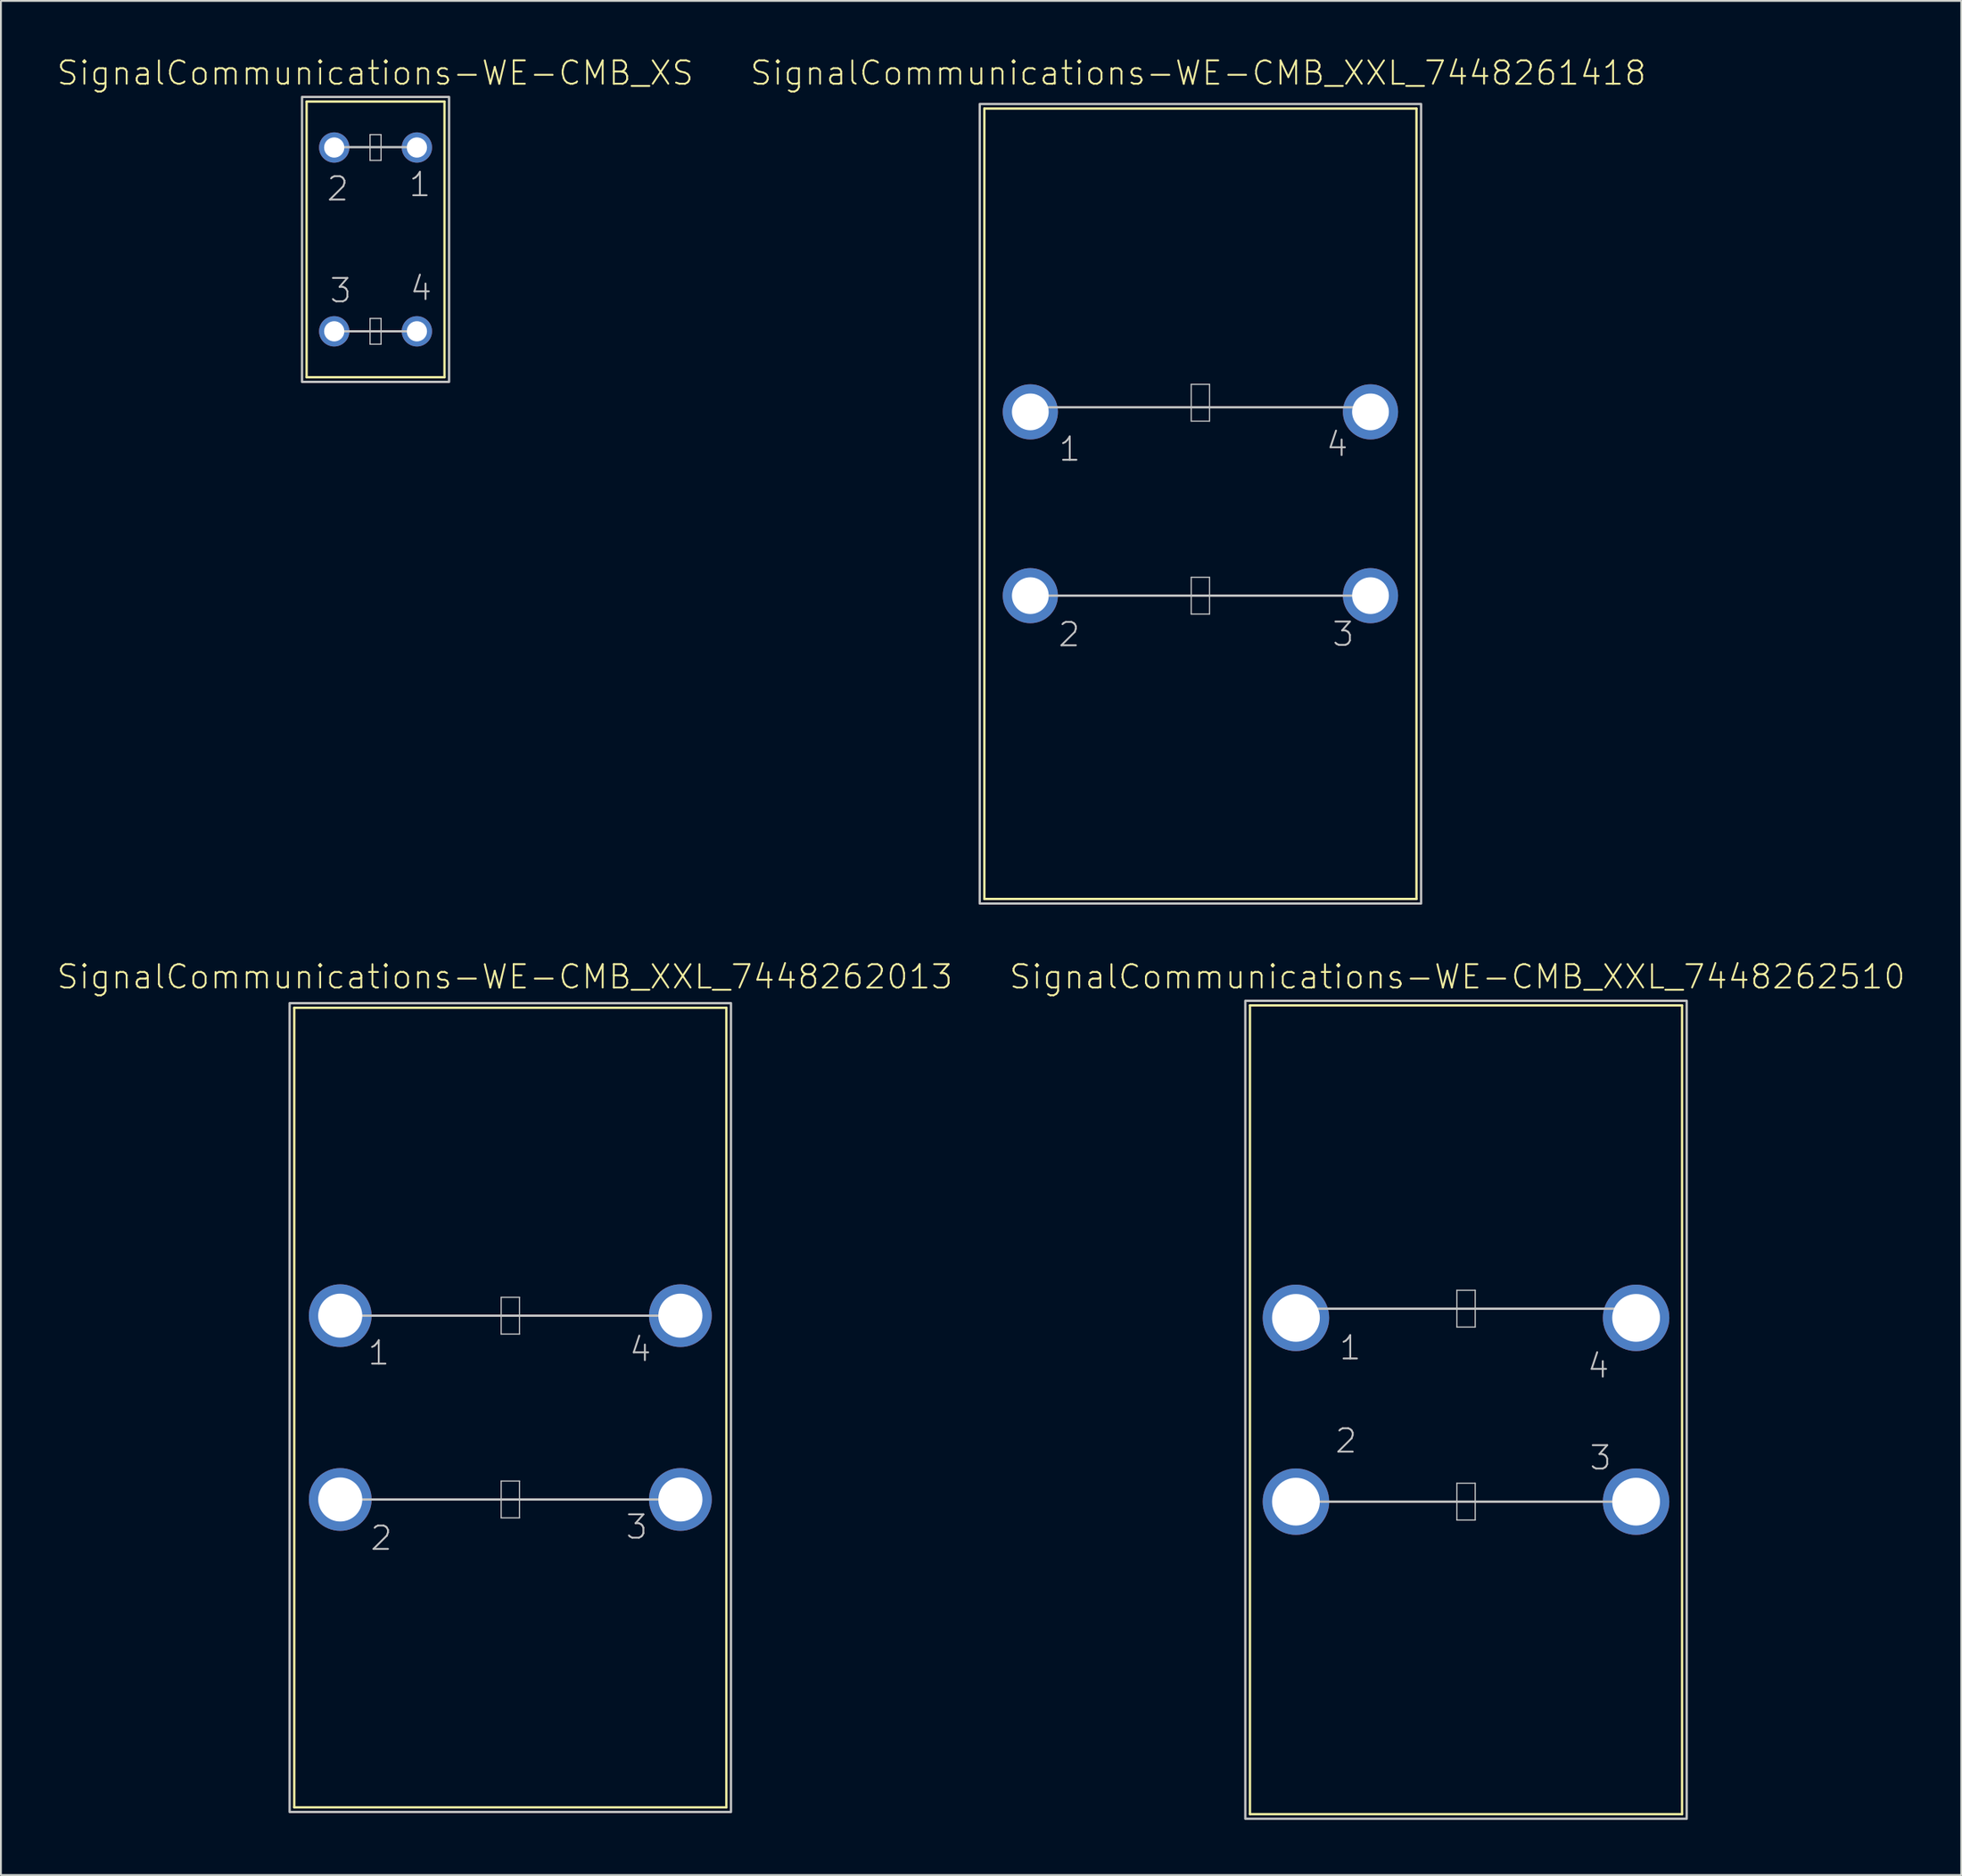
<source format=kicad_pcb>
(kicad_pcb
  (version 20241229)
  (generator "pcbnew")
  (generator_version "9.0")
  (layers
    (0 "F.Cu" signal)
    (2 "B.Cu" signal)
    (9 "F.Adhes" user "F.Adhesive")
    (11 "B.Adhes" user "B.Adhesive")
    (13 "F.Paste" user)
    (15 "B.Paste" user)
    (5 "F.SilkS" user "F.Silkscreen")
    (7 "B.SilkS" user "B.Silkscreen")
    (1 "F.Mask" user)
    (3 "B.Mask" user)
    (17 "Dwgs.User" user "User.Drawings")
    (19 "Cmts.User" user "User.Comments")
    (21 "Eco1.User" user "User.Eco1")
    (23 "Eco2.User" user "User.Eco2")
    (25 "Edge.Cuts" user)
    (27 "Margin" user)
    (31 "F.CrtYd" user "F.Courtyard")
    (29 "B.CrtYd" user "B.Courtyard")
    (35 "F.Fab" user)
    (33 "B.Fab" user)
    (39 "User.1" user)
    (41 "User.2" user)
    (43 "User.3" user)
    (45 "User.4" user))
  (footprint "SignalCommunications-WE-CMB_XS"
    (layer "F.Cu")
    (at 17.37 9.974)
    (property "Reference" "SignalCommunications-WE-CMB_XS" (at -0.018 -9.053 0) (layer "F.SilkS") (effects (font (size 1.27 1.27) (thickness 0.102))))
    (attr exclude_from_pos_files exclude_from_bom)
    (fp_line (start -3.749 -7.498) (end 3.749 -7.498) (stroke (width 0.127) (type solid)) (layer "F.SilkS"))
    (fp_line (start -3.749 7.498) (end -3.749 -7.498) (stroke (width 0.127) (type solid)) (layer "F.SilkS"))
    (fp_line (start 3.749 -7.498) (end 3.749 7.498) (stroke (width 0.127) (type solid)) (layer "F.SilkS"))
    (fp_line (start 3.749 7.498) (end -3.749 7.498) (stroke (width 0.127) (type solid)) (layer "F.SilkS"))
    (fp_line (start -2.248 4.999) (end 2.248 4.999) (stroke (width 0.127) (type solid)) (layer "Dwgs.User"))
    (fp_line (start -2.238 -5.019) (end 2.258 -5.019) (stroke (width 0.127) (type solid)) (layer "Dwgs.User"))
    (fp_line (start -0.3 -5.7) (end 0.3 -5.7) (stroke (width 0.066) (type solid)) (layer "Dwgs.User"))
    (fp_line (start -0.3 -4.298) (end -0.3 -5.7) (stroke (width 0.066) (type solid)) (layer "Dwgs.User"))
    (fp_line (start -0.3 -4.298) (end 0.3 -4.298) (stroke (width 0.066) (type solid)) (layer "Dwgs.User"))
    (fp_line (start -0.3 4.298) (end 0.3 4.298) (stroke (width 0.066) (type solid)) (layer "Dwgs.User"))
    (fp_line (start -0.3 5.7) (end -0.3 4.298) (stroke (width 0.066) (type solid)) (layer "Dwgs.User"))
    (fp_line (start -0.3 5.7) (end 0.3 5.7) (stroke (width 0.066) (type solid)) (layer "Dwgs.User"))
    (fp_line (start 0.3 -4.298) (end 0.3 -5.7) (stroke (width 0.066) (type solid)) (layer "Dwgs.User"))
    (fp_line (start 0.3 5.7) (end 0.3 4.298) (stroke (width 0.066) (type solid)) (layer "Dwgs.User"))
    (fp_line (start 2.258 -5.019) (end 2.258 -5.029) (stroke (width 0.127) (type solid)) (layer "Dwgs.User"))
    (fp_poly (pts (xy -3.998 7.75) (xy -3.998 -7.75) (xy 3.998 -7.75) (xy 3.998 7.75) (xy -3.998 7.75)) (stroke (width 0.127) (type solid)) (fill no) (layer "Dwgs.User"))
    (fp_text user "2" (at -2.055 -2.753 0) (layer "Dwgs.User") (effects (font (size 1.27 1.27) (thickness 0.102))))
    (fp_text user "1" (at 2.413 -2.985 0) (layer "Dwgs.User") (effects (font (size 1.27 1.27) (thickness 0.102))))
    (fp_text user "4" (at 2.474 2.664 0) (layer "Dwgs.User") (effects (font (size 1.27 1.27) (thickness 0.102))))
    (fp_text user "3" (at -1.895 2.784 0) (layer "Dwgs.User") (effects (font (size 1.27 1.27) (thickness 0.102))))
    (pad "1" thru_hole circle (at 2.248 -4.999) (size 1.648 1.648) (drill 1.1) (layers "*.Cu" "*.Paste" "*.Mask"))
    (pad "2" thru_hole circle (at -2.248 -4.999) (size 1.648 1.648) (drill 1.1) (layers "*.Cu" "*.Paste" "*.Mask"))
    (pad "3" thru_hole circle (at -2.248 4.999) (size 1.648 1.648) (drill 1.1) (layers "*.Cu" "*.Paste" "*.Mask"))
    (pad "4" thru_hole circle (at 2.248 4.999) (size 1.648 1.648) (drill 1.1) (layers "*.Cu" "*.Paste" "*.Mask")))
  (footprint "SignalCommunications-WE-CMB_XXL_7448262510"
    (layer "F.Cu")
    (at 76.662 73.641)
    (property "Reference" "SignalCommunications-WE-CMB_XXL_7448262510" (at -0.47 -23.553 0) (layer "F.SilkS") (effects (font (size 1.27 1.27) (thickness 0.102))))
    (attr exclude_from_pos_files exclude_from_bom)
    (fp_line (start -11.748 -21.999) (end 11.748 -21.999) (stroke (width 0.127) (type solid)) (layer "F.SilkS"))
    (fp_line (start -11.748 21.999) (end -11.748 -21.999) (stroke (width 0.127) (type solid)) (layer "F.SilkS"))
    (fp_line (start -11.748 21.999) (end 11.748 21.999) (stroke (width 0.127) (type solid)) (layer "F.SilkS"))
    (fp_line (start 11.748 21.999) (end 11.748 -21.999) (stroke (width 0.127) (type solid)) (layer "F.SilkS"))
    (fp_line (start -8.999 -5.499) (end 8.999 -5.499) (stroke (width 0.127) (type solid)) (layer "Dwgs.User"))
    (fp_line (start -8.999 4.999) (end 8.999 4.999) (stroke (width 0.127) (type solid)) (layer "Dwgs.User"))
    (fp_line (start -0.498 -6.5) (end 0.498 -6.5) (stroke (width 0.066) (type solid)) (layer "Dwgs.User"))
    (fp_line (start -0.498 -4.498) (end -0.498 -6.5) (stroke (width 0.066) (type solid)) (layer "Dwgs.User"))
    (fp_line (start -0.498 -4.498) (end 0.498 -4.498) (stroke (width 0.066) (type solid)) (layer "Dwgs.User"))
    (fp_line (start -0.498 3.998) (end 0.498 3.998) (stroke (width 0.066) (type solid)) (layer "Dwgs.User"))
    (fp_line (start -0.498 5.999) (end -0.498 3.998) (stroke (width 0.066) (type solid)) (layer "Dwgs.User"))
    (fp_line (start -0.498 5.999) (end 0.498 5.999) (stroke (width 0.066) (type solid)) (layer "Dwgs.User"))
    (fp_line (start 0.498 -4.498) (end 0.498 -6.5) (stroke (width 0.066) (type solid)) (layer "Dwgs.User"))
    (fp_line (start 0.498 5.999) (end 0.498 3.998) (stroke (width 0.066) (type solid)) (layer "Dwgs.User"))
    (fp_poly (pts (xy -11.999 22.248) (xy -11.999 -22.248) (xy 11.999 -22.248) (xy 11.999 22.248) (xy -11.999 22.248)) (stroke (width 0.127) (type solid)) (fill no) (layer "Dwgs.User"))
    (fp_text user "4" (at 7.193 -2.383 0) (layer "Dwgs.User") (effects (font (size 1.27 1.27) (thickness 0.102))))
    (fp_text user "1" (at -6.294 -3.373 0) (layer "Dwgs.User") (effects (font (size 1.27 1.27) (thickness 0.102))))
    (fp_text user "3" (at 7.313 2.614 0) (layer "Dwgs.User") (effects (font (size 1.27 1.27) (thickness 0.102))))
    (fp_text user "2" (at -6.523 1.694 0) (layer "Dwgs.User") (effects (font (size 1.27 1.27) (thickness 0.102))))
    (pad "1" thru_hole circle (at -9.248 -4.999) (size 3.614 3.614) (drill 2.598) (layers "*.Cu" "*.Paste" "*.Mask"))
    (pad "2" thru_hole circle (at -9.248 4.999) (size 3.614 3.614) (drill 2.598) (layers "*.Cu" "*.Paste" "*.Mask"))
    (pad "3" thru_hole circle (at 9.248 4.999) (size 3.614 3.614) (drill 2.598) (layers "*.Cu" "*.Paste" "*.Mask"))
    (pad "4" thru_hole circle (at 9.248 -4.999) (size 3.614 3.614) (drill 2.598) (layers "*.Cu" "*.Paste" "*.Mask")))
  (footprint "SignalCommunications-WE-CMB_XXL_7448261418"
    (layer "F.Cu")
    (at 62.22 24.355)
    (property "Reference" "SignalCommunications-WE-CMB_XXL_7448261418" (at -0.119 -23.434 0) (layer "F.SilkS") (effects (font (size 1.27 1.27) (thickness 0.102))))
    (attr exclude_from_pos_files exclude_from_bom)
    (fp_line (start -11.748 -21.499) (end 11.748 -21.499) (stroke (width 0.127) (type solid)) (layer "F.SilkS"))
    (fp_line (start -11.748 21.499) (end -11.748 -21.499) (stroke (width 0.127) (type solid)) (layer "F.SilkS"))
    (fp_line (start -11.748 21.499) (end 11.748 21.499) (stroke (width 0.127) (type solid)) (layer "F.SilkS"))
    (fp_line (start 11.748 21.499) (end 11.748 -21.499) (stroke (width 0.127) (type solid)) (layer "F.SilkS"))
    (fp_line (start -8.999 -5.248) (end 8.999 -5.248) (stroke (width 0.127) (type solid)) (layer "Dwgs.User"))
    (fp_line (start -8.999 4.999) (end 8.999 4.999) (stroke (width 0.127) (type solid)) (layer "Dwgs.User"))
    (fp_line (start -0.498 -6.5) (end 0.498 -6.5) (stroke (width 0.066) (type solid)) (layer "Dwgs.User"))
    (fp_line (start -0.498 -4.498) (end -0.498 -6.5) (stroke (width 0.066) (type solid)) (layer "Dwgs.User"))
    (fp_line (start -0.498 -4.498) (end 0.498 -4.498) (stroke (width 0.066) (type solid)) (layer "Dwgs.User"))
    (fp_line (start -0.498 3.998) (end 0.498 3.998) (stroke (width 0.066) (type solid)) (layer "Dwgs.User"))
    (fp_line (start -0.498 5.999) (end -0.498 3.998) (stroke (width 0.066) (type solid)) (layer "Dwgs.User"))
    (fp_line (start -0.498 5.999) (end 0.498 5.999) (stroke (width 0.066) (type solid)) (layer "Dwgs.User"))
    (fp_line (start 0.498 -4.498) (end 0.498 -6.5) (stroke (width 0.066) (type solid)) (layer "Dwgs.User"))
    (fp_line (start 0.498 5.999) (end 0.498 3.998) (stroke (width 0.066) (type solid)) (layer "Dwgs.User"))
    (fp_poly (pts (xy -11.999 21.747) (xy -11.999 -21.747) (xy 11.999 -21.747) (xy 11.999 21.747) (xy -11.999 21.747)) (stroke (width 0.127) (type solid)) (fill no) (layer "Dwgs.User"))
    (fp_text user "1" (at -7.104 -2.974 0) (layer "Dwgs.User") (effects (font (size 1.27 1.27) (thickness 0.102))))
    (fp_text user "3" (at 7.765 7.094 0) (layer "Dwgs.User") (effects (font (size 1.27 1.27) (thickness 0.102))))
    (fp_text user "4" (at 7.435 -3.233 0) (layer "Dwgs.User") (effects (font (size 1.27 1.27) (thickness 0.102))))
    (fp_text user "2" (at -7.135 7.115 0) (layer "Dwgs.User") (effects (font (size 1.27 1.27) (thickness 0.102))))
    (pad "1" thru_hole circle (at -9.248 -4.999) (size 3 3) (drill 1.999) (layers "*.Cu" "*.Paste" "*.Mask"))
    (pad "2" thru_hole circle (at -9.248 4.999) (size 3 3) (drill 1.999) (layers "*.Cu" "*.Paste" "*.Mask"))
    (pad "3" thru_hole circle (at 9.248 4.999) (size 3 3) (drill 1.999) (layers "*.Cu" "*.Paste" "*.Mask"))
    (pad "4" thru_hole circle (at 9.248 -4.999) (size 3 3) (drill 1.999) (layers "*.Cu" "*.Paste" "*.Mask")))
  (footprint "SignalCommunications-WE-CMB_XXL_7448262013"
    (layer "F.Cu")
    (at 24.697 73.522)
    (property "Reference" "SignalCommunications-WE-CMB_XXL_7448262013" (at -0.3 -23.434 0) (layer "F.SilkS") (effects (font (size 1.27 1.27) (thickness 0.102))))
    (attr exclude_from_pos_files exclude_from_bom)
    (fp_line (start -11.748 -21.747) (end 11.748 -21.747) (stroke (width 0.127) (type solid)) (layer "F.SilkS"))
    (fp_line (start -11.748 21.747) (end -11.748 -21.747) (stroke (width 0.127) (type solid)) (layer "F.SilkS"))
    (fp_line (start -11.748 21.747) (end 11.748 21.747) (stroke (width 0.127) (type solid)) (layer "F.SilkS"))
    (fp_line (start 11.748 21.747) (end 11.748 -21.747) (stroke (width 0.127) (type solid)) (layer "F.SilkS"))
    (fp_line (start -8.999 -4.999) (end 8.499 -4.999) (stroke (width 0.127) (type solid)) (layer "Dwgs.User"))
    (fp_line (start -8.999 4.999) (end 8.999 4.999) (stroke (width 0.127) (type solid)) (layer "Dwgs.User"))
    (fp_line (start -0.498 -5.999) (end 0.498 -5.999) (stroke (width 0.066) (type solid)) (layer "Dwgs.User"))
    (fp_line (start -0.498 -3.998) (end -0.498 -5.999) (stroke (width 0.066) (type solid)) (layer "Dwgs.User"))
    (fp_line (start -0.498 -3.998) (end 0.498 -3.998) (stroke (width 0.066) (type solid)) (layer "Dwgs.User"))
    (fp_line (start -0.498 3.998) (end 0.498 3.998) (stroke (width 0.066) (type solid)) (layer "Dwgs.User"))
    (fp_line (start -0.498 5.999) (end -0.498 3.998) (stroke (width 0.066) (type solid)) (layer "Dwgs.User"))
    (fp_line (start -0.498 5.999) (end 0.498 5.999) (stroke (width 0.066) (type solid)) (layer "Dwgs.User"))
    (fp_line (start 0.498 -3.998) (end 0.498 -5.999) (stroke (width 0.066) (type solid)) (layer "Dwgs.User"))
    (fp_line (start 0.498 5.999) (end 0.498 3.998) (stroke (width 0.066) (type solid)) (layer "Dwgs.User"))
    (fp_poly (pts (xy -11.999 21.999) (xy -11.999 -21.999) (xy 11.999 -21.999) (xy 11.999 21.999) (xy -11.999 21.999)) (stroke (width 0.127) (type solid)) (fill no) (layer "Dwgs.User"))
    (fp_text user "3" (at 6.873 6.495 0) (layer "Dwgs.User") (effects (font (size 1.27 1.27) (thickness 0.102))))
    (fp_text user "1" (at -7.153 -2.974 0) (layer "Dwgs.User") (effects (font (size 1.27 1.27) (thickness 0.102))))
    (fp_text user "4" (at 7.074 -3.165 0) (layer "Dwgs.User") (effects (font (size 1.27 1.27) (thickness 0.102))))
    (fp_text user "2" (at -7.013 7.104 0) (layer "Dwgs.User") (effects (font (size 1.27 1.27) (thickness 0.102))))
    (pad "1" thru_hole circle (at -9.248 -4.999) (size 3.414 3.414) (drill 2.398) (layers "*.Cu" "*.Paste" "*.Mask"))
    (pad "2" thru_hole circle (at -9.248 4.999) (size 3.414 3.414) (drill 2.398) (layers "*.Cu" "*.Paste" "*.Mask"))
    (pad "3" thru_hole circle (at 9.248 4.999) (size 3.414 3.414) (drill 2.398) (layers "*.Cu" "*.Paste" "*.Mask"))
    (pad "4" thru_hole circle (at 9.248 -4.999) (size 3.414 3.414) (drill 2.398) (layers "*.Cu" "*.Paste" "*.Mask")))
  (gr_rect
    (start -3 -3)
    (end 103.589 98.952)
    (stroke (width 0.1) (type default))
    (fill no)
    (layer "Edge.Cuts")))
</source>
